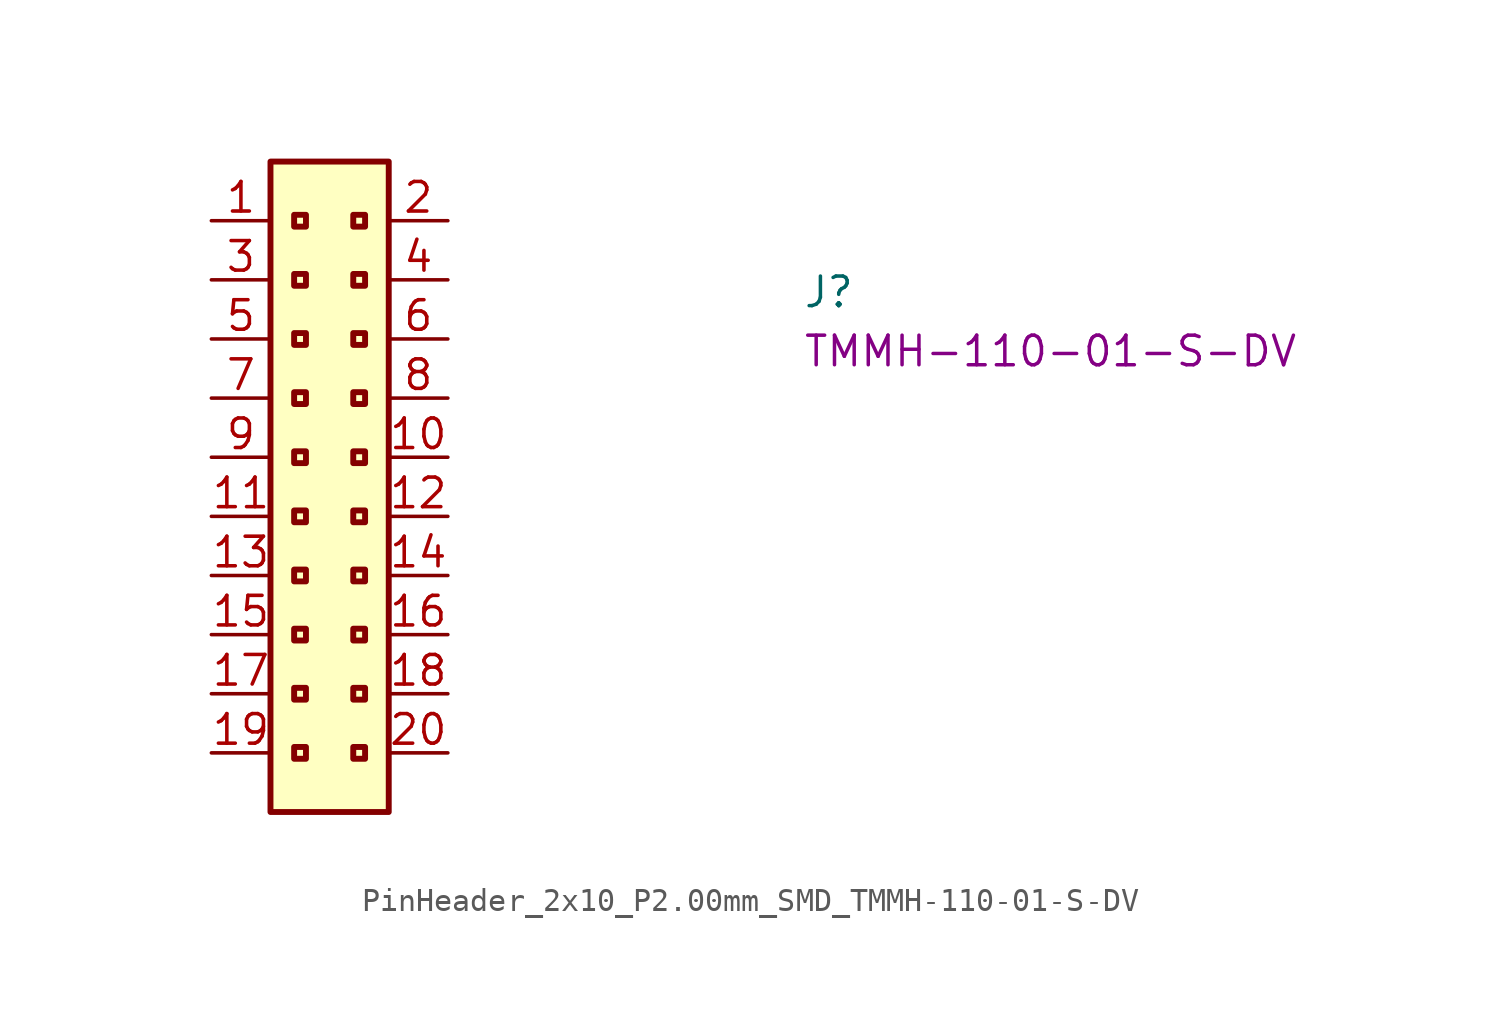
<source format=kicad_sym>
(kicad_symbol_lib
  (version 20220914)
  (generator kicad_symbol_editor)
  (symbol "PinHeader_2x10_P2.00mm_SMD_TMMH-110-01-S-DV"
    (property "Reference" "J"
      (at 25.4 -3.81 0)
      (effects (font (size 1.27 1.27) (thickness 0.15)) (justify left bottom)))
    (property "MPN" "TMMH-110-01-S-DV"
      (at 25.4 -6.35 0)
      (effects (font (size 1.27 1.27) (thickness 0.15)) (justify left bottom)))
    (symbol "PinHeader_2x10_P2.00mm_SMD_TMMH-110-01-S-DV_1_1"
      (rectangle (start 2.54 2.54) (end 7.62 -25.4) (stroke (width 0.254) (type default)) (fill (type background)))
      (rectangle (start 3.556 -22.606) (end 4.064 -23.114) (stroke (width 0.254) (type default)) (fill (type background)))
      (rectangle (start 3.556 -20.066) (end 4.064 -20.574) (stroke (width 0.254) (type default)) (fill (type background)))
      (rectangle (start 3.556 -17.526) (end 4.064 -18.034) (stroke (width 0.254) (type default)) (fill (type background)))
      (rectangle (start 3.556 -14.986) (end 4.064 -15.494) (stroke (width 0.254) (type default)) (fill (type background)))
      (rectangle (start 3.556 -12.446) (end 4.064 -12.954) (stroke (width 0.254) (type default)) (fill (type background)))
      (rectangle (start 3.556 -9.906) (end 4.064 -10.414) (stroke (width 0.254) (type default)) (fill (type background)))
      (rectangle (start 3.556 -7.366) (end 4.064 -7.874) (stroke (width 0.254) (type default)) (fill (type background)))
      (rectangle (start 3.556 -4.826) (end 4.064 -5.334) (stroke (width 0.254) (type default)) (fill (type background)))
      (rectangle (start 3.556 -2.286) (end 4.064 -2.794) (stroke (width 0.254) (type default)) (fill (type background)))
      (rectangle (start 3.556 0.254) (end 4.064 -0.254) (stroke (width 0.254) (type default)) (fill (type background)))
      (rectangle (start 6.096 -22.606) (end 6.604 -23.114) (stroke (width 0.254) (type default)) (fill (type background)))
      (rectangle (start 6.096 -20.066) (end 6.604 -20.574) (stroke (width 0.254) (type default)) (fill (type background)))
      (rectangle (start 6.096 -17.526) (end 6.604 -18.034) (stroke (width 0.254) (type default)) (fill (type background)))
      (rectangle (start 6.096 -14.986) (end 6.604 -15.494) (stroke (width 0.254) (type default)) (fill (type background)))
      (rectangle (start 6.096 -12.446) (end 6.604 -12.954) (stroke (width 0.254) (type default)) (fill (type background)))
      (rectangle (start 6.096 -9.906) (end 6.604 -10.414) (stroke (width 0.254) (type default)) (fill (type background)))
      (rectangle (start 6.096 -7.366) (end 6.604 -7.874) (stroke (width 0.254) (type default)) (fill (type background)))
      (rectangle (start 6.096 -4.826) (end 6.604 -5.334) (stroke (width 0.254) (type default)) (fill (type background)))
      (rectangle (start 6.096 -2.286) (end 6.604 -2.794) (stroke (width 0.254) (type default)) (fill (type background)))
      (rectangle (start 6.096 0.254) (end 6.604 -0.254) (stroke (width 0.254) (type default)) (fill (type background)))
      (pin passive line (at 0 0 0) (length 2.54) (name "~" (effects (font (size 1.27 1.27)))) (number "1" (effects (font (size 1.27 1.27)))))
      (pin passive line (at 10.16 -10.16 180) (length 2.54) (name "~" (effects (font (size 1.27 1.27)))) (number "10" (effects (font (size 1.27 1.27)))))
      (pin passive line (at 0 -12.7 0) (length 2.54) (name "~" (effects (font (size 1.27 1.27)))) (number "11" (effects (font (size 1.27 1.27)))))
      (pin passive line (at 10.16 -12.7 180) (length 2.54) (name "~" (effects (font (size 1.27 1.27)))) (number "12" (effects (font (size 1.27 1.27)))))
      (pin passive line (at 0 -15.24 0) (length 2.54) (name "~" (effects (font (size 1.27 1.27)))) (number "13" (effects (font (size 1.27 1.27)))))
      (pin passive line (at 10.16 -15.24 180) (length 2.54) (name "~" (effects (font (size 1.27 1.27)))) (number "14" (effects (font (size 1.27 1.27)))))
      (pin passive line (at 0 -17.78 0) (length 2.54) (name "" (effects (font (size 1.27 1.27)))) (number "15" (effects (font (size 1.27 1.27)))))
      (pin passive line (at 10.16 -17.78 180) (length 2.54) (name "~" (effects (font (size 1.27 1.27)))) (number "16" (effects (font (size 1.27 1.27)))))
      (pin passive line (at 0 -20.32 0) (length 2.54) (name "~" (effects (font (size 1.27 1.27)))) (number "17" (effects (font (size 1.27 1.27)))))
      (pin passive line (at 10.16 -20.32 180) (length 2.54) (name "~" (effects (font (size 1.27 1.27)))) (number "18" (effects (font (size 1.27 1.27)))))
      (pin passive line (at 0 -22.86 0) (length 2.54) (name "" (effects (font (size 1.27 1.27)))) (number "19" (effects (font (size 1.27 1.27)))))
      (pin passive line (at 10.16 0 180) (length 2.54) (name "~" (effects (font (size 1.27 1.27)))) (number "2" (effects (font (size 1.27 1.27)))))
      (pin passive line (at 10.16 -22.86 180) (length 2.54) (name "~" (effects (font (size 1.27 1.27)))) (number "20" (effects (font (size 1.27 1.27)))))
      (pin passive line (at 0 -2.54 0) (length 2.54) (name "~" (effects (font (size 1.27 1.27)))) (number "3" (effects (font (size 1.27 1.27)))))
      (pin passive line (at 10.16 -2.54 180) (length 2.54) (name "~" (effects (font (size 1.27 1.27)))) (number "4" (effects (font (size 1.27 1.27)))))
      (pin passive line (at 0 -5.08 0) (length 2.54) (name "~" (effects (font (size 1.27 1.27)))) (number "5" (effects (font (size 1.27 1.27)))))
      (pin passive line (at 10.16 -5.08 180) (length 2.54) (name "~" (effects (font (size 1.27 1.27)))) (number "6" (effects (font (size 1.27 1.27)))))
      (pin passive line (at 0 -7.62 0) (length 2.54) (name "~" (effects (font (size 1.27 1.27)))) (number "7" (effects (font (size 1.27 1.27)))))
      (pin passive line (at 10.16 -7.62 180) (length 2.54) (name "~" (effects (font (size 1.27 1.27)))) (number "8" (effects (font (size 1.27 1.27)))))
      (pin passive line (at 0 -10.16 0) (length 2.54) (name "~" (effects (font (size 1.27 1.27)))) (number "9" (effects (font (size 1.27 1.27))))))))
</source>
